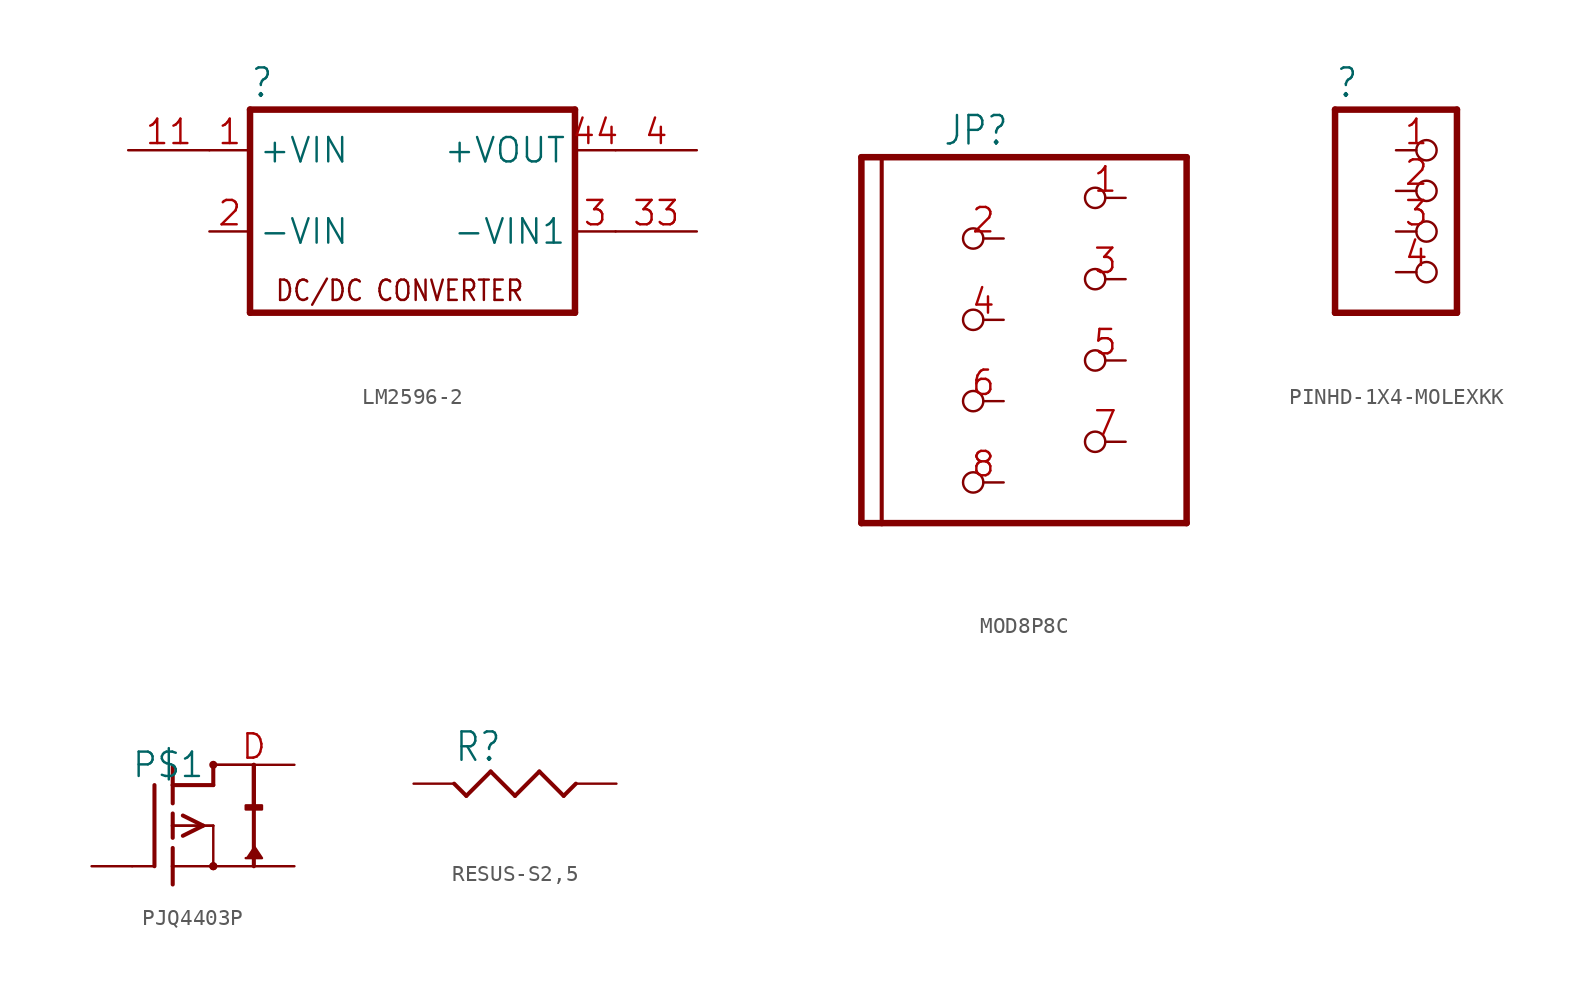
<source format=kicad_sym>
(kicad_symbol_lib
  (version 20241209)
  (generator "kicad_symbol_editor")
  (generator_version "9.0")
  (symbol "LM2596-2"
    (property "Reference" ""
      (at -10.16 5.715 0)
      (effects (font (size 1.778 1.511)) (justify left bottom)))
    (property "Value" ""
      (at -10.16 -10.16 0)
      (effects (font (size 1.778 1.511)) (justify left bottom)))
    (property "ki_locked" ""
      (at 0 0 0)
      (effects (font (size 1.27 1.27))))
    (symbol "LM2596-2_1_0"
      (polyline (pts (xy -10.16 5.08) (xy 10.16 5.08)) (stroke (width 0.406) (type solid)) (fill (type none)))
      (polyline (pts (xy -10.16 -7.62) (xy -10.16 5.08)) (stroke (width 0.406) (type solid)) (fill (type none)))
      (polyline (pts (xy 10.16 5.08) (xy 10.16 -7.62)) (stroke (width 0.406) (type solid)) (fill (type none)))
      (polyline (pts (xy 10.16 -7.62) (xy -10.16 -7.62)) (stroke (width 0.406) (type solid)) (fill (type none)))
      (text "DC/DC CONVERTER" (at -8.636 -6.985 0) (effects (font (size 1.27 1.079)) (justify left bottom)))
      (pin passive line (at -17.78 2.54 0) (length 5.08) (name "+VIN1" (effects (font (size 0 0)))) (number "11" (effects (font (size 1.524 1.524)))))
      (pin passive line (at -12.7 2.54 0) (length 2.54) (name "+VIN" (effects (font (size 1.524 1.524)))) (number "1" (effects (font (size 1.524 1.524)))))
      (pin passive line (at -12.7 -2.54 0) (length 2.54) (name "-VIN" (effects (font (size 1.524 1.524)))) (number "2" (effects (font (size 1.524 1.524)))))
      (pin passive line (at 12.7 2.54 180) (length 2.54) (name "+VOUT" (effects (font (size 1.524 1.524)))) (number "44" (effects (font (size 1.524 1.524)))))
      (pin passive line (at 12.7 -2.54 180) (length 2.54) (name "-VIN1" (effects (font (size 1.524 1.524)))) (number "3" (effects (font (size 1.524 1.524)))))
      (pin passive line (at 17.78 2.54 180) (length 5.08) (name "+VOUT1" (effects (font (size 0 0)))) (number "4" (effects (font (size 1.524 1.524)))))
      (pin passive line (at 17.78 -2.54 180) (length 5.08) (name "-VIN2" (effects (font (size 0 0)))) (number "33" (effects (font (size 1.524 1.524)))))))
  (symbol "MOD8P8C"
    (property "Reference" "JP"
      (at -8.89 8.255 0)
      (effects (font (size 1.778 1.511)) (justify left bottom)))
    (property "Value" ""
      (at -8.89 -17.78 0)
      (effects (font (size 1.778 1.511)) (justify left bottom)))
    (property "ki_locked" ""
      (at 0 0 0)
      (effects (font (size 1.27 1.27))))
    (symbol "MOD8P8C_1_0"
      (polyline (pts (xy -13.97 7.62) (xy -13.97 -15.24)) (stroke (width 0.406) (type solid)) (fill (type none)))
      (polyline (pts (xy -13.97 -15.24) (xy -12.7 -15.24)) (stroke (width 0.406) (type solid)) (fill (type none)))
      (polyline (pts (xy -12.7 7.62) (xy -13.97 7.62)) (stroke (width 0.406) (type solid)) (fill (type none)))
      (polyline (pts (xy -12.7 7.62) (xy -12.7 -15.24)) (stroke (width 0.254) (type solid)) (fill (type none)))
      (polyline (pts (xy -12.7 -15.24) (xy 6.35 -15.24)) (stroke (width 0.406) (type solid)) (fill (type none)))
      (polyline (pts (xy 6.35 7.62) (xy -12.7 7.62)) (stroke (width 0.406) (type solid)) (fill (type none)))
      (polyline (pts (xy 6.35 -15.24) (xy 6.35 7.62)) (stroke (width 0.406) (type solid)) (fill (type none)))
      (pin passive inverted (at -5.08 2.54 180) (length 2.54) (name "5" (effects (font (size 0 0)))) (number "2" (effects (font (size 1.524 1.524)))))
      (pin passive inverted (at -5.08 -2.54 180) (length 2.54) (name "6" (effects (font (size 0 0)))) (number "4" (effects (font (size 1.524 1.524)))))
      (pin passive inverted (at -5.08 -7.62 180) (length 2.54) (name "7" (effects (font (size 0 0)))) (number "6" (effects (font (size 1.524 1.524)))))
      (pin passive inverted (at -5.08 -12.7 180) (length 2.54) (name "8" (effects (font (size 0 0)))) (number "8" (effects (font (size 1.524 1.524)))))
      (pin passive inverted (at 2.54 5.08 180) (length 2.54) (name "1" (effects (font (size 0 0)))) (number "1" (effects (font (size 1.524 1.524)))))
      (pin passive inverted (at 2.54 0 180) (length 2.54) (name "2" (effects (font (size 0 0)))) (number "3" (effects (font (size 1.524 1.524)))))
      (pin passive inverted (at 2.54 -5.08 180) (length 2.54) (name "3" (effects (font (size 0 0)))) (number "5" (effects (font (size 1.524 1.524)))))
      (pin passive inverted (at 2.54 -10.16 180) (length 2.54) (name "4" (effects (font (size 0 0)))) (number "7" (effects (font (size 1.524 1.524)))))))
  (symbol "PINHD-1X4-MOLEXKK"
    (property "Reference" ""
      (at -6.35 8.255 0)
      (effects (font (size 1.778 1.511)) (justify left bottom)))
    (property "Value" ""
      (at -6.35 -7.62 0)
      (effects (font (size 1.778 1.511)) (justify left bottom)))
    (property "ki_locked" ""
      (at 0 0 0)
      (effects (font (size 1.27 1.27))))
    (symbol "PINHD-1X4-MOLEXKK_1_0"
      (polyline (pts (xy -6.35 7.62) (xy -6.35 -5.08)) (stroke (width 0.406) (type solid)) (fill (type none)))
      (polyline (pts (xy -6.35 -5.08) (xy 1.27 -5.08)) (stroke (width 0.406) (type solid)) (fill (type none)))
      (polyline (pts (xy 1.27 7.62) (xy -6.35 7.62)) (stroke (width 0.406) (type solid)) (fill (type none)))
      (polyline (pts (xy 1.27 -5.08) (xy 1.27 7.62)) (stroke (width 0.406) (type solid)) (fill (type none)))
      (pin passive inverted (at -2.54 5.08 0) (length 2.54) (name "1" (effects (font (size 0 0)))) (number "1" (effects (font (size 1.524 1.524)))))
      (pin passive inverted (at -2.54 2.54 0) (length 2.54) (name "2" (effects (font (size 0 0)))) (number "2" (effects (font (size 1.524 1.524)))))
      (pin passive inverted (at -2.54 0 0) (length 2.54) (name "3" (effects (font (size 0 0)))) (number "3" (effects (font (size 1.524 1.524)))))
      (pin passive inverted (at -2.54 -2.54 0) (length 2.54) (name "4" (effects (font (size 0 0)))) (number "4" (effects (font (size 1.524 1.524)))))))
  (symbol "PJQ4403P"
    (property "Reference" ""
      (at 0 0 0)
      (effects (font (size 1.27 1.27)) (hide yes)))
    (property "ki_locked" ""
      (at 0 0 0)
      (effects (font (size 1.27 1.27))))
    (symbol "PJQ4403P_1_0"
      (polyline (pts (xy -2.54 -2.54) (xy -1.219 -2.54)) (stroke (width 0.152) (type solid)) (fill (type none)))
      (polyline (pts (xy -1.143 2.54) (xy -1.143 -2.54)) (stroke (width 0.254) (type solid)) (fill (type none)))
      (polyline (pts (xy 0 3.683) (xy 0 2.54)) (stroke (width 0.254) (type solid)) (fill (type none)))
      (polyline (pts (xy 0 2.54) (xy 0 1.397)) (stroke (width 0.254) (type solid)) (fill (type none)))
      (polyline (pts (xy 0 2.54) (xy 2.54 2.54)) (stroke (width 0.254) (type solid)) (fill (type none)))
      (polyline (pts (xy 0 0.762) (xy 0 0)) (stroke (width 0.254) (type solid)) (fill (type none)))
      (polyline (pts (xy 0 0) (xy 0 -0.762)) (stroke (width 0.254) (type solid)) (fill (type none)))
      (polyline (pts (xy 0 0) (xy 2.54 0)) (stroke (width 0.152) (type solid)) (fill (type none)))
      (polyline (pts (xy 0 -1.397) (xy 0 -2.54)) (stroke (width 0.254) (type solid)) (fill (type none)))
      (polyline (pts (xy 0 -2.54) (xy 0 -3.683)) (stroke (width 0.254) (type solid)) (fill (type none)))
      (polyline (pts (xy 0 -2.54) (xy 2.54 -2.54)) (stroke (width 0.152) (type solid)) (fill (type none)))
      (polyline (pts (xy 0.635 0.635) (xy 1.905 0)) (stroke (width 0.254) (type solid)) (fill (type none)))
      (polyline (pts (xy 0.635 -0.635) (xy 1.905 0)) (stroke (width 0.254) (type solid)) (fill (type none)))
      (polyline (pts (xy 1.905 0) (xy 0 0)) (stroke (width 0.152) (type solid)) (fill (type none)))
      (polyline (pts (xy 2.54 3.81) (xy 5.08 3.81)) (stroke (width 0.152) (type solid)) (fill (type none)))
      (circle (center 2.54 3.81) (radius 0.127) (stroke (width 0.254) (type solid)) (fill (type none)))
      (polyline (pts (xy 2.54 2.54) (xy 2.54 3.81)) (stroke (width 0.254) (type solid)) (fill (type none)))
      (polyline (pts (xy 2.54 0) (xy 1.905 0)) (stroke (width 0.152) (type solid)) (fill (type none)))
      (polyline (pts (xy 2.54 0) (xy 2.54 -2.54)) (stroke (width 0.152) (type solid)) (fill (type none)))
      (circle (center 2.54 -2.54) (radius 0.127) (stroke (width 0.254) (type solid)) (fill (type none)))
      (circle (center 2.54 -2.54) (radius 0.127) (stroke (width 0.254) (type solid)) (fill (type none)))
      (polyline (pts (xy 5.08 3.81) (xy 5.08 -2.54)) (stroke (width 0.254) (type solid)) (fill (type none)))
      (polyline (pts (xy 5.08 1.27) (xy 5.08 3.81)) (stroke (width 0.254) (type solid)) (fill (type none)))
      (polyline (pts (xy 5.08 -1.27) (xy 5.588 -2.032) (xy 4.572 -2.032)) (stroke (width 0.152) (type solid)) (fill (type outline)))
      (polyline (pts (xy 5.08 -2.54) (xy 2.54 -2.54)) (stroke (width 0.152) (type solid)) (fill (type none)))
      (rectangle (start 5.588 1.27) (end 4.572 1.016) (stroke (width 0) (type default)) (fill (type outline)))
      (pin passive line (at -5.08 -2.54 0) (length 2.54) (name "G" (effects (font (size 0 0)))) (number "G" (effects (font (size 0 0)))))
      (pin passive line (at 7.62 3.81 180) (length 5.08) (name "P$1" (effects (font (size 1.524 1.524)))) (number "D" (effects (font (size 1.524 1.524)))))
      (pin passive line (at 7.62 -2.54 180) (length 2.54) (name "S3" (effects (font (size 0 0)))) (number "S" (effects (font (size 0 0)))))))
  (symbol "RESUS-S2,5"
    (property "Reference" "R"
      (at -2.54 1.27 0)
      (effects (font (size 1.778 1.511)) (justify left bottom)))
    (property "Value" ""
      (at -2.54 -3.81 0)
      (effects (font (size 1.778 1.511)) (justify left bottom)))
    (property "ki_locked" ""
      (at 0 0 0)
      (effects (font (size 1.27 1.27))))
    (symbol "RESUS-S2,5_1_0"
      (polyline (pts (xy -1.778 -0.762) (xy -2.54 0)) (stroke (width 0.254) (type solid)) (fill (type none)))
      (polyline (pts (xy -0.254 0.762) (xy -1.778 -0.762)) (stroke (width 0.254) (type solid)) (fill (type none)))
      (polyline (pts (xy 1.27 -0.762) (xy -0.254 0.762)) (stroke (width 0.254) (type solid)) (fill (type none)))
      (polyline (pts (xy 2.794 0.762) (xy 1.27 -0.762)) (stroke (width 0.254) (type solid)) (fill (type none)))
      (polyline (pts (xy 4.318 -0.762) (xy 2.794 0.762)) (stroke (width 0.254) (type solid)) (fill (type none)))
      (polyline (pts (xy 5.08 0) (xy 4.318 -0.762)) (stroke (width 0.254) (type solid)) (fill (type none)))
      (pin passive line (at -5.08 0 0) (length 2.54) (name "2" (effects (font (size 0 0)))) (number "2" (effects (font (size 0 0)))))
      (pin passive line (at 7.62 0 180) (length 2.54) (name "1" (effects (font (size 0 0)))) (number "1" (effects (font (size 0 0))))))))
</source>
